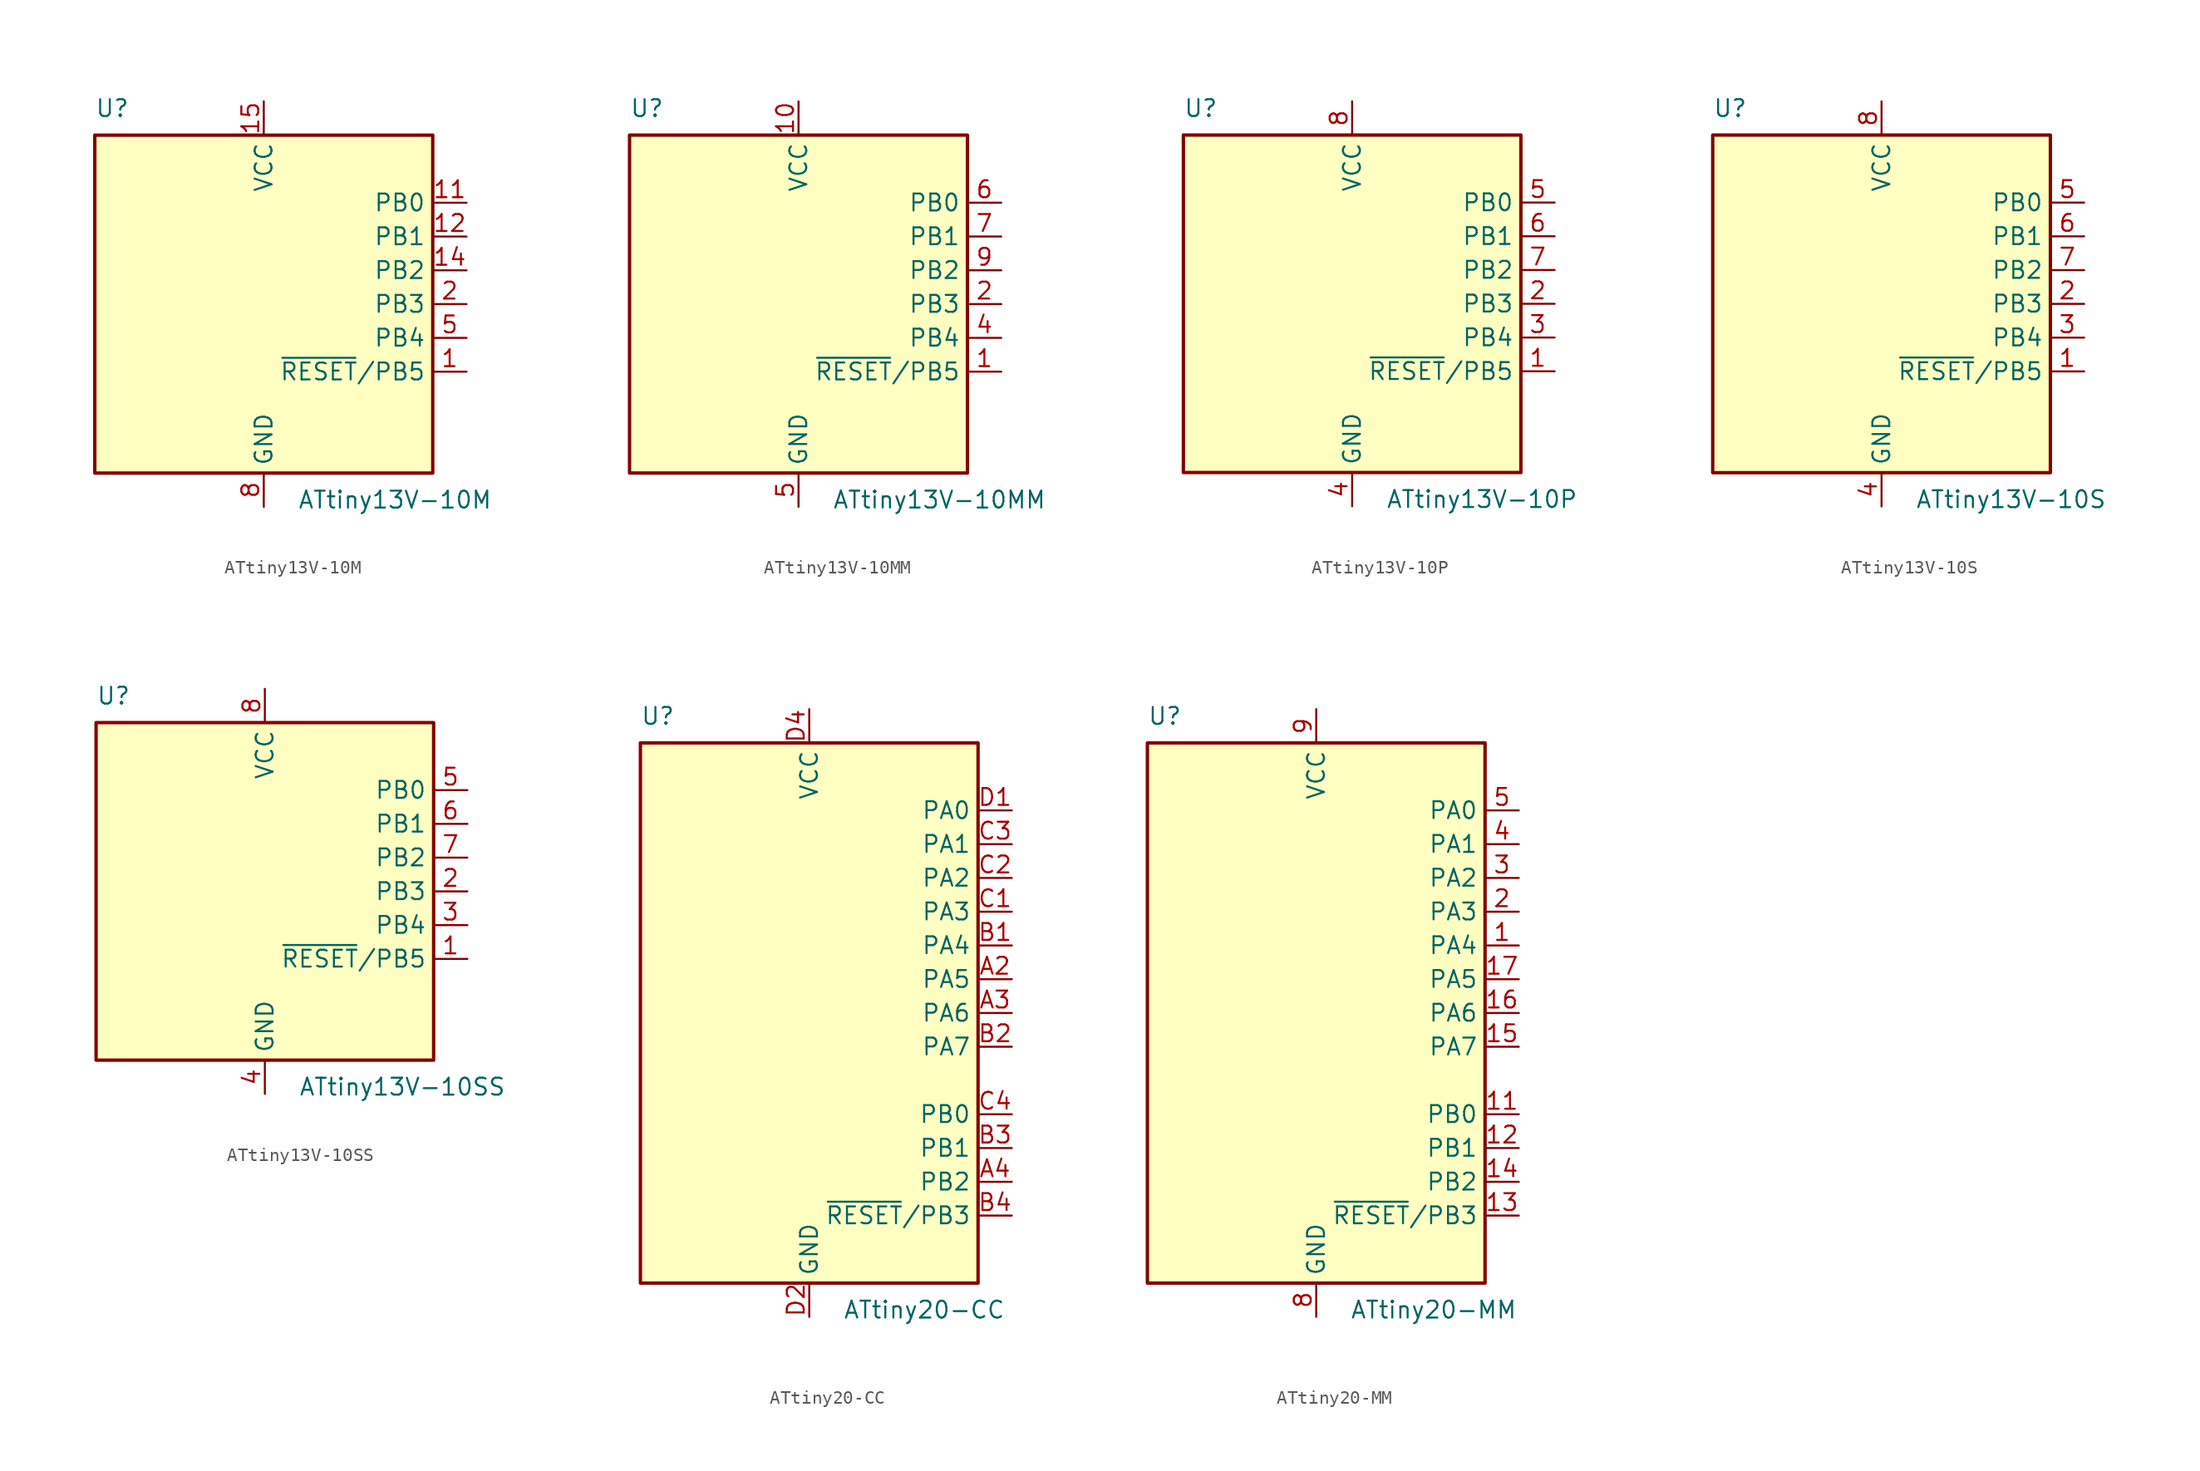
<source format=kicad_sym>
(kicad_symbol_lib
  (version 20241209)
  (generator "kicad_symbol_editor")
  (generator_version "9.0")
  (symbol "ATtiny13V-10M"
    (property "Reference" "U"
      (at -12.7 13.97 0)
      (effects (font (size 1.27 1.27)) (justify left bottom)))
    (property "Value" "ATtiny13V-10M"
      (at 2.54 -13.97 0)
      (effects (font (size 1.27 1.27)) (justify left top)))
    (symbol "ATtiny13V-10M_0_1"
      (rectangle (start -12.7 -12.7) (end 12.7 12.7) (stroke (width 0.254) (type default)) (fill (type background))))
    (symbol "ATtiny13V-10M_1_1"
      (pin no_connect line (at -12.7 10.16 0) (length 2.54) (hide yes) (name "NC" (effects (font (size 1.27 1.27)))) (number "3" (effects (font (size 1.27 1.27)))))
      (pin no_connect line (at -12.7 7.62 0) (length 2.54) (hide yes) (name "NC" (effects (font (size 1.27 1.27)))) (number "4" (effects (font (size 1.27 1.27)))))
      (pin no_connect line (at -12.7 5.08 0) (length 2.54) (hide yes) (name "NC" (effects (font (size 1.27 1.27)))) (number "6" (effects (font (size 1.27 1.27)))))
      (pin no_connect line (at -12.7 2.54 0) (length 2.54) (hide yes) (name "NC" (effects (font (size 1.27 1.27)))) (number "7" (effects (font (size 1.27 1.27)))))
      (pin no_connect line (at -12.7 0 0) (length 2.54) (hide yes) (name "NC" (effects (font (size 1.27 1.27)))) (number "9" (effects (font (size 1.27 1.27)))))
      (pin no_connect line (at -12.7 -2.54 0) (length 2.54) (hide yes) (name "NC" (effects (font (size 1.27 1.27)))) (number "10" (effects (font (size 1.27 1.27)))))
      (pin no_connect line (at -12.7 -5.08 0) (length 2.54) (hide yes) (name "NC" (effects (font (size 1.27 1.27)))) (number "13" (effects (font (size 1.27 1.27)))))
      (pin no_connect line (at -12.7 -7.62 0) (length 2.54) (hide yes) (name "NC" (effects (font (size 1.27 1.27)))) (number "16" (effects (font (size 1.27 1.27)))))
      (pin no_connect line (at -12.7 -10.16 0) (length 2.54) (hide yes) (name "NC" (effects (font (size 1.27 1.27)))) (number "17" (effects (font (size 1.27 1.27)))))
      (pin no_connect line (at -7.62 -12.7 90) (length 2.54) (hide yes) (name "NC" (effects (font (size 1.27 1.27)))) (number "18" (effects (font (size 1.27 1.27)))))
      (pin no_connect line (at -5.08 -12.7 90) (length 2.54) (hide yes) (name "NC" (effects (font (size 1.27 1.27)))) (number "19" (effects (font (size 1.27 1.27)))))
      (pin no_connect line (at -2.54 -12.7 90) (length 2.54) (hide yes) (name "NC" (effects (font (size 1.27 1.27)))) (number "20" (effects (font (size 1.27 1.27)))))
      (pin power_in line (at 0 15.24 270) (length 2.54) (name "VCC" (effects (font (size 1.27 1.27)))) (number "15" (effects (font (size 1.27 1.27)))))
      (pin passive line (at 0 -15.24 90) (length 2.54) (hide yes) (name "GND" (effects (font (size 1.27 1.27)))) (number "21" (effects (font (size 1.27 1.27)))))
      (pin power_in line (at 0 -15.24 90) (length 2.54) (name "GND" (effects (font (size 1.27 1.27)))) (number "8" (effects (font (size 1.27 1.27)))))
      (pin bidirectional line (at 15.24 7.62 180) (length 2.54) (name "PB0" (effects (font (size 1.27 1.27)))) (number "11" (effects (font (size 1.27 1.27)))))
      (pin bidirectional line (at 15.24 5.08 180) (length 2.54) (name "PB1" (effects (font (size 1.27 1.27)))) (number "12" (effects (font (size 1.27 1.27)))))
      (pin bidirectional line (at 15.24 2.54 180) (length 2.54) (name "PB2" (effects (font (size 1.27 1.27)))) (number "14" (effects (font (size 1.27 1.27)))))
      (pin bidirectional line (at 15.24 0 180) (length 2.54) (name "PB3" (effects (font (size 1.27 1.27)))) (number "2" (effects (font (size 1.27 1.27)))))
      (pin bidirectional line (at 15.24 -2.54 180) (length 2.54) (name "PB4" (effects (font (size 1.27 1.27)))) (number "5" (effects (font (size 1.27 1.27)))))
      (pin bidirectional line (at 15.24 -5.08 180) (length 2.54) (name "~{RESET}/PB5" (effects (font (size 1.27 1.27)))) (number "1" (effects (font (size 1.27 1.27)))))))
  (symbol "ATtiny13V-10MM"
    (property "Reference" "U"
      (at -12.7 13.97 0)
      (effects (font (size 1.27 1.27)) (justify left bottom)))
    (property "Value" "ATtiny13V-10MM"
      (at 2.54 -13.97 0)
      (effects (font (size 1.27 1.27)) (justify left top)))
    (symbol "ATtiny13V-10MM_0_1"
      (rectangle (start -12.7 -12.7) (end 12.7 12.7) (stroke (width 0.254) (type default)) (fill (type background))))
    (symbol "ATtiny13V-10MM_1_1"
      (pin no_connect line (at -12.7 -7.62 0) (length 2.54) (hide yes) (name "NC" (effects (font (size 1.27 1.27)))) (number "3" (effects (font (size 1.27 1.27)))))
      (pin no_connect line (at -12.7 -10.16 0) (length 2.54) (hide yes) (name "NC" (effects (font (size 1.27 1.27)))) (number "8" (effects (font (size 1.27 1.27)))))
      (pin power_in line (at 0 15.24 270) (length 2.54) (name "VCC" (effects (font (size 1.27 1.27)))) (number "10" (effects (font (size 1.27 1.27)))))
      (pin passive line (at 0 -15.24 90) (length 2.54) (hide yes) (name "GND" (effects (font (size 1.27 1.27)))) (number "11" (effects (font (size 1.27 1.27)))))
      (pin power_in line (at 0 -15.24 90) (length 2.54) (name "GND" (effects (font (size 1.27 1.27)))) (number "5" (effects (font (size 1.27 1.27)))))
      (pin bidirectional line (at 15.24 7.62 180) (length 2.54) (name "PB0" (effects (font (size 1.27 1.27)))) (number "6" (effects (font (size 1.27 1.27)))))
      (pin bidirectional line (at 15.24 5.08 180) (length 2.54) (name "PB1" (effects (font (size 1.27 1.27)))) (number "7" (effects (font (size 1.27 1.27)))))
      (pin bidirectional line (at 15.24 2.54 180) (length 2.54) (name "PB2" (effects (font (size 1.27 1.27)))) (number "9" (effects (font (size 1.27 1.27)))))
      (pin bidirectional line (at 15.24 0 180) (length 2.54) (name "PB3" (effects (font (size 1.27 1.27)))) (number "2" (effects (font (size 1.27 1.27)))))
      (pin bidirectional line (at 15.24 -2.54 180) (length 2.54) (name "PB4" (effects (font (size 1.27 1.27)))) (number "4" (effects (font (size 1.27 1.27)))))
      (pin bidirectional line (at 15.24 -5.08 180) (length 2.54) (name "~{RESET}/PB5" (effects (font (size 1.27 1.27)))) (number "1" (effects (font (size 1.27 1.27)))))))
  (symbol "ATtiny13V-10P"
    (property "Reference" "U"
      (at -12.7 13.97 0)
      (effects (font (size 1.27 1.27)) (justify left bottom)))
    (property "Value" "ATtiny13V-10P"
      (at 2.54 -13.97 0)
      (effects (font (size 1.27 1.27)) (justify left top)))
    (symbol "ATtiny13V-10P_0_1"
      (rectangle (start -12.7 -12.7) (end 12.7 12.7) (stroke (width 0.254) (type default)) (fill (type background))))
    (symbol "ATtiny13V-10P_1_1"
      (pin power_in line (at 0 15.24 270) (length 2.54) (name "VCC" (effects (font (size 1.27 1.27)))) (number "8" (effects (font (size 1.27 1.27)))))
      (pin power_in line (at 0 -15.24 90) (length 2.54) (name "GND" (effects (font (size 1.27 1.27)))) (number "4" (effects (font (size 1.27 1.27)))))
      (pin bidirectional line (at 15.24 7.62 180) (length 2.54) (name "PB0" (effects (font (size 1.27 1.27)))) (number "5" (effects (font (size 1.27 1.27)))))
      (pin bidirectional line (at 15.24 5.08 180) (length 2.54) (name "PB1" (effects (font (size 1.27 1.27)))) (number "6" (effects (font (size 1.27 1.27)))))
      (pin bidirectional line (at 15.24 2.54 180) (length 2.54) (name "PB2" (effects (font (size 1.27 1.27)))) (number "7" (effects (font (size 1.27 1.27)))))
      (pin bidirectional line (at 15.24 0 180) (length 2.54) (name "PB3" (effects (font (size 1.27 1.27)))) (number "2" (effects (font (size 1.27 1.27)))))
      (pin bidirectional line (at 15.24 -2.54 180) (length 2.54) (name "PB4" (effects (font (size 1.27 1.27)))) (number "3" (effects (font (size 1.27 1.27)))))
      (pin bidirectional line (at 15.24 -5.08 180) (length 2.54) (name "~{RESET}/PB5" (effects (font (size 1.27 1.27)))) (number "1" (effects (font (size 1.27 1.27)))))))
  (symbol "ATtiny13V-10S"
    (property "Reference" "U"
      (at -12.7 13.97 0)
      (effects (font (size 1.27 1.27)) (justify left bottom)))
    (property "Value" "ATtiny13V-10S"
      (at 2.54 -13.97 0)
      (effects (font (size 1.27 1.27)) (justify left top)))
    (symbol "ATtiny13V-10S_0_1"
      (rectangle (start -12.7 -12.7) (end 12.7 12.7) (stroke (width 0.254) (type default)) (fill (type background))))
    (symbol "ATtiny13V-10S_1_1"
      (pin power_in line (at 0 15.24 270) (length 2.54) (name "VCC" (effects (font (size 1.27 1.27)))) (number "8" (effects (font (size 1.27 1.27)))))
      (pin power_in line (at 0 -15.24 90) (length 2.54) (name "GND" (effects (font (size 1.27 1.27)))) (number "4" (effects (font (size 1.27 1.27)))))
      (pin bidirectional line (at 15.24 7.62 180) (length 2.54) (name "PB0" (effects (font (size 1.27 1.27)))) (number "5" (effects (font (size 1.27 1.27)))))
      (pin bidirectional line (at 15.24 5.08 180) (length 2.54) (name "PB1" (effects (font (size 1.27 1.27)))) (number "6" (effects (font (size 1.27 1.27)))))
      (pin bidirectional line (at 15.24 2.54 180) (length 2.54) (name "PB2" (effects (font (size 1.27 1.27)))) (number "7" (effects (font (size 1.27 1.27)))))
      (pin bidirectional line (at 15.24 0 180) (length 2.54) (name "PB3" (effects (font (size 1.27 1.27)))) (number "2" (effects (font (size 1.27 1.27)))))
      (pin bidirectional line (at 15.24 -2.54 180) (length 2.54) (name "PB4" (effects (font (size 1.27 1.27)))) (number "3" (effects (font (size 1.27 1.27)))))
      (pin bidirectional line (at 15.24 -5.08 180) (length 2.54) (name "~{RESET}/PB5" (effects (font (size 1.27 1.27)))) (number "1" (effects (font (size 1.27 1.27)))))))
  (symbol "ATtiny13V-10SS"
    (property "Reference" "U"
      (at -12.7 13.97 0)
      (effects (font (size 1.27 1.27)) (justify left bottom)))
    (property "Value" "ATtiny13V-10SS"
      (at 2.54 -13.97 0)
      (effects (font (size 1.27 1.27)) (justify left top)))
    (symbol "ATtiny13V-10SS_0_1"
      (rectangle (start -12.7 -12.7) (end 12.7 12.7) (stroke (width 0.254) (type default)) (fill (type background))))
    (symbol "ATtiny13V-10SS_1_1"
      (pin power_in line (at 0 15.24 270) (length 2.54) (name "VCC" (effects (font (size 1.27 1.27)))) (number "8" (effects (font (size 1.27 1.27)))))
      (pin power_in line (at 0 -15.24 90) (length 2.54) (name "GND" (effects (font (size 1.27 1.27)))) (number "4" (effects (font (size 1.27 1.27)))))
      (pin bidirectional line (at 15.24 7.62 180) (length 2.54) (name "PB0" (effects (font (size 1.27 1.27)))) (number "5" (effects (font (size 1.27 1.27)))))
      (pin bidirectional line (at 15.24 5.08 180) (length 2.54) (name "PB1" (effects (font (size 1.27 1.27)))) (number "6" (effects (font (size 1.27 1.27)))))
      (pin bidirectional line (at 15.24 2.54 180) (length 2.54) (name "PB2" (effects (font (size 1.27 1.27)))) (number "7" (effects (font (size 1.27 1.27)))))
      (pin bidirectional line (at 15.24 0 180) (length 2.54) (name "PB3" (effects (font (size 1.27 1.27)))) (number "2" (effects (font (size 1.27 1.27)))))
      (pin bidirectional line (at 15.24 -2.54 180) (length 2.54) (name "PB4" (effects (font (size 1.27 1.27)))) (number "3" (effects (font (size 1.27 1.27)))))
      (pin bidirectional line (at 15.24 -5.08 180) (length 2.54) (name "~{RESET}/PB5" (effects (font (size 1.27 1.27)))) (number "1" (effects (font (size 1.27 1.27)))))))
  (symbol "ATtiny20-CC"
    (property "Reference" "U"
      (at -12.7 21.59 0)
      (effects (font (size 1.27 1.27)) (justify left bottom)))
    (property "Value" "ATtiny20-CC"
      (at 2.54 -21.59 0)
      (effects (font (size 1.27 1.27)) (justify left top)))
    (symbol "ATtiny20-CC_0_1"
      (rectangle (start -12.7 -20.32) (end 12.7 20.32) (stroke (width 0.254) (type default)) (fill (type background))))
    (symbol "ATtiny20-CC_1_1"
      (pin power_in line (at 0 22.86 270) (length 2.54) (name "VCC" (effects (font (size 1.27 1.27)))) (number "D4" (effects (font (size 1.27 1.27)))))
      (pin power_in line (at 0 -22.86 90) (length 2.54) (name "GND" (effects (font (size 1.27 1.27)))) (number "D2" (effects (font (size 1.27 1.27)))))
      (pin passive line (at 0 -22.86 90) (length 2.54) (hide yes) (name "GND" (effects (font (size 1.27 1.27)))) (number "D3" (effects (font (size 1.27 1.27)))))
      (pin bidirectional line (at 15.24 15.24 180) (length 2.54) (name "PA0" (effects (font (size 1.27 1.27)))) (number "D1" (effects (font (size 1.27 1.27)))))
      (pin bidirectional line (at 15.24 12.7 180) (length 2.54) (name "PA1" (effects (font (size 1.27 1.27)))) (number "C3" (effects (font (size 1.27 1.27)))))
      (pin bidirectional line (at 15.24 10.16 180) (length 2.54) (name "PA2" (effects (font (size 1.27 1.27)))) (number "C2" (effects (font (size 1.27 1.27)))))
      (pin bidirectional line (at 15.24 7.62 180) (length 2.54) (name "PA3" (effects (font (size 1.27 1.27)))) (number "C1" (effects (font (size 1.27 1.27)))))
      (pin bidirectional line (at 15.24 5.08 180) (length 2.54) (name "PA4" (effects (font (size 1.27 1.27)))) (number "B1" (effects (font (size 1.27 1.27)))))
      (pin bidirectional line (at 15.24 2.54 180) (length 2.54) (name "PA5" (effects (font (size 1.27 1.27)))) (number "A2" (effects (font (size 1.27 1.27)))))
      (pin bidirectional line (at 15.24 0 180) (length 2.54) (name "PA6" (effects (font (size 1.27 1.27)))) (number "A3" (effects (font (size 1.27 1.27)))))
      (pin bidirectional line (at 15.24 -2.54 180) (length 2.54) (name "PA7" (effects (font (size 1.27 1.27)))) (number "B2" (effects (font (size 1.27 1.27)))))
      (pin bidirectional line (at 15.24 -7.62 180) (length 2.54) (name "PB0" (effects (font (size 1.27 1.27)))) (number "C4" (effects (font (size 1.27 1.27)))))
      (pin bidirectional line (at 15.24 -10.16 180) (length 2.54) (name "PB1" (effects (font (size 1.27 1.27)))) (number "B3" (effects (font (size 1.27 1.27)))))
      (pin bidirectional line (at 15.24 -12.7 180) (length 2.54) (name "PB2" (effects (font (size 1.27 1.27)))) (number "A4" (effects (font (size 1.27 1.27)))))
      (pin bidirectional line (at 15.24 -15.24 180) (length 2.54) (name "~{RESET}/PB3" (effects (font (size 1.27 1.27)))) (number "B4" (effects (font (size 1.27 1.27)))))))
  (symbol "ATtiny20-MM"
    (property "Reference" "U"
      (at -12.7 21.59 0)
      (effects (font (size 1.27 1.27)) (justify left bottom)))
    (property "Value" "ATtiny20-MM"
      (at 2.54 -21.59 0)
      (effects (font (size 1.27 1.27)) (justify left top)))
    (symbol "ATtiny20-MM_0_1"
      (rectangle (start -12.7 -20.32) (end 12.7 20.32) (stroke (width 0.254) (type default)) (fill (type background))))
    (symbol "ATtiny20-MM_1_1"
      (pin no_connect line (at -12.7 -5.08 0) (length 2.54) (hide yes) (name "NC" (effects (font (size 1.27 1.27)))) (number "6" (effects (font (size 1.27 1.27)))))
      (pin no_connect line (at -12.7 -7.62 0) (length 2.54) (hide yes) (name "NC" (effects (font (size 1.27 1.27)))) (number "7" (effects (font (size 1.27 1.27)))))
      (pin no_connect line (at -12.7 -10.16 0) (length 2.54) (hide yes) (name "NC" (effects (font (size 1.27 1.27)))) (number "10" (effects (font (size 1.27 1.27)))))
      (pin no_connect line (at -12.7 -12.7 0) (length 2.54) (hide yes) (name "NC" (effects (font (size 1.27 1.27)))) (number "18" (effects (font (size 1.27 1.27)))))
      (pin no_connect line (at -12.7 -15.24 0) (length 2.54) (hide yes) (name "NC" (effects (font (size 1.27 1.27)))) (number "19" (effects (font (size 1.27 1.27)))))
      (pin no_connect line (at -12.7 -17.78 0) (length 2.54) (hide yes) (name "NC" (effects (font (size 1.27 1.27)))) (number "20" (effects (font (size 1.27 1.27)))))
      (pin power_in line (at 0 22.86 270) (length 2.54) (name "VCC" (effects (font (size 1.27 1.27)))) (number "9" (effects (font (size 1.27 1.27)))))
      (pin passive line (at 0 -22.86 90) (length 2.54) (hide yes) (name "GND" (effects (font (size 1.27 1.27)))) (number "21" (effects (font (size 1.27 1.27)))))
      (pin power_in line (at 0 -22.86 90) (length 2.54) (name "GND" (effects (font (size 1.27 1.27)))) (number "8" (effects (font (size 1.27 1.27)))))
      (pin bidirectional line (at 15.24 15.24 180) (length 2.54) (name "PA0" (effects (font (size 1.27 1.27)))) (number "5" (effects (font (size 1.27 1.27)))))
      (pin bidirectional line (at 15.24 12.7 180) (length 2.54) (name "PA1" (effects (font (size 1.27 1.27)))) (number "4" (effects (font (size 1.27 1.27)))))
      (pin bidirectional line (at 15.24 10.16 180) (length 2.54) (name "PA2" (effects (font (size 1.27 1.27)))) (number "3" (effects (font (size 1.27 1.27)))))
      (pin bidirectional line (at 15.24 7.62 180) (length 2.54) (name "PA3" (effects (font (size 1.27 1.27)))) (number "2" (effects (font (size 1.27 1.27)))))
      (pin bidirectional line (at 15.24 5.08 180) (length 2.54) (name "PA4" (effects (font (size 1.27 1.27)))) (number "1" (effects (font (size 1.27 1.27)))))
      (pin bidirectional line (at 15.24 2.54 180) (length 2.54) (name "PA5" (effects (font (size 1.27 1.27)))) (number "17" (effects (font (size 1.27 1.27)))))
      (pin bidirectional line (at 15.24 0 180) (length 2.54) (name "PA6" (effects (font (size 1.27 1.27)))) (number "16" (effects (font (size 1.27 1.27)))))
      (pin bidirectional line (at 15.24 -2.54 180) (length 2.54) (name "PA7" (effects (font (size 1.27 1.27)))) (number "15" (effects (font (size 1.27 1.27)))))
      (pin bidirectional line (at 15.24 -7.62 180) (length 2.54) (name "PB0" (effects (font (size 1.27 1.27)))) (number "11" (effects (font (size 1.27 1.27)))))
      (pin bidirectional line (at 15.24 -10.16 180) (length 2.54) (name "PB1" (effects (font (size 1.27 1.27)))) (number "12" (effects (font (size 1.27 1.27)))))
      (pin bidirectional line (at 15.24 -12.7 180) (length 2.54) (name "PB2" (effects (font (size 1.27 1.27)))) (number "14" (effects (font (size 1.27 1.27)))))
      (pin bidirectional line (at 15.24 -15.24 180) (length 2.54) (name "~{RESET}/PB3" (effects (font (size 1.27 1.27)))) (number "13" (effects (font (size 1.27 1.27))))))))
</source>
